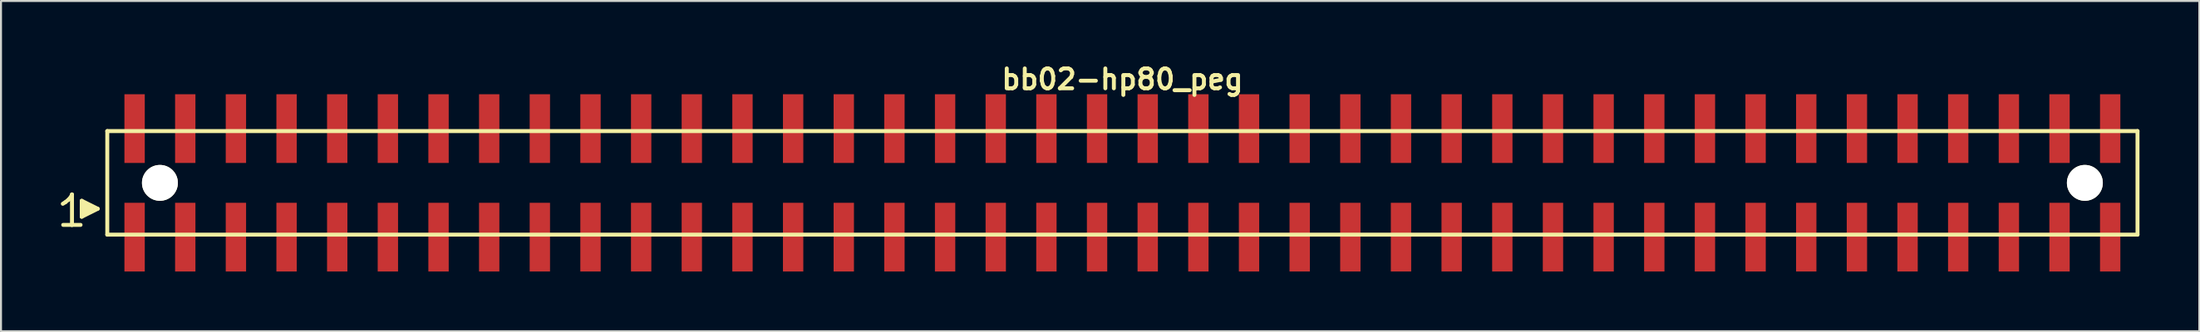
<source format=kicad_pcb>
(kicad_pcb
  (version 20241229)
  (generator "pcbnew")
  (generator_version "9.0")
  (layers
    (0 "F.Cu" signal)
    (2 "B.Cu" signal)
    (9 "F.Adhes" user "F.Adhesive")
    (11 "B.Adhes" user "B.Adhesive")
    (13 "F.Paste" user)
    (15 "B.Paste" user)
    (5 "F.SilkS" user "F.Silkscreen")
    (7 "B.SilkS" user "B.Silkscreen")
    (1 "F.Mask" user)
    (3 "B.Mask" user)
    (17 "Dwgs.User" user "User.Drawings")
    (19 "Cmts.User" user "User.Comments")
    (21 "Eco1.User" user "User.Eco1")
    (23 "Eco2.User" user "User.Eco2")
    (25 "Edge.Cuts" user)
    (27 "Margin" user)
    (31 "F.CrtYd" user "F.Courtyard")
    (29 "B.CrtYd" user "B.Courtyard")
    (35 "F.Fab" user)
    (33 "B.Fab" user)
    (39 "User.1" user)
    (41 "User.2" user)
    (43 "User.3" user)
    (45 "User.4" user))
  (footprint "bb02-hp80_peg"
    (layer "F.Cu")
    (at 53.229 6.132)
    (property "Reference" "bb02-hp80_peg" (at 0 -5.2 0) (layer "F.SilkS") (effects (font (size 0.998 0.998) (thickness 0.198))))
    (attr through_hole)
    (fp_line (start -53.13 1.05) (end -53 0.97) (stroke (width 0.198) (type solid)) (layer "F.SilkS"))
    (fp_line (start -53 0.97) (end -52.84 0.84) (stroke (width 0.198) (type solid)) (layer "F.SilkS"))
    (fp_line (start -52.84 0.84) (end -52.7 0.67) (stroke (width 0.198) (type solid)) (layer "F.SilkS"))
    (fp_line (start -52.7 0.67) (end -52.67 0.58) (stroke (width 0.198) (type solid)) (layer "F.SilkS"))
    (fp_line (start -52.67 0.58) (end -52.67 2.11) (stroke (width 0.198) (type solid)) (layer "F.SilkS"))
    (fp_line (start -52.67 2.11) (end -53.11 2.11) (stroke (width 0.198) (type solid)) (layer "F.SilkS"))
    (fp_line (start -52.24 2.11) (end -52.68 2.11) (stroke (width 0.198) (type solid)) (layer "F.SilkS"))
    (fp_line (start -52.18 0.9) (end -51.38 1.3) (stroke (width 0.198) (type solid)) (layer "F.SilkS"))
    (fp_line (start -52.18 1.7) (end -52.18 0.9) (stroke (width 0.198) (type solid)) (layer "F.SilkS"))
    (fp_line (start -52.08 1.6) (end -52.08 1) (stroke (width 0.198) (type solid)) (layer "F.SilkS"))
    (fp_line (start -51.98 1.1) (end -51.98 1.5) (stroke (width 0.198) (type solid)) (layer "F.SilkS"))
    (fp_line (start -51.88 1.5) (end -51.88 1.1) (stroke (width 0.198) (type solid)) (layer "F.SilkS"))
    (fp_line (start -51.78 1.2) (end -51.78 1.4) (stroke (width 0.198) (type solid)) (layer "F.SilkS"))
    (fp_line (start -51.68 1.4) (end -51.68 1.2) (stroke (width 0.198) (type solid)) (layer "F.SilkS"))
    (fp_line (start -51.38 1.3) (end -52.18 1.7) (stroke (width 0.198) (type solid)) (layer "F.SilkS"))
    (fp_line (start -50.9 -2.6) (end -50.9 2.6) (stroke (width 0.198) (type solid)) (layer "F.SilkS"))
    (fp_line (start -50.9 -2.6) (end 50.9 -2.6) (stroke (width 0.198) (type solid)) (layer "F.SilkS"))
    (fp_line (start -50.9 2.6) (end 50.9 2.6) (stroke (width 0.198) (type solid)) (layer "F.SilkS"))
    (fp_line (start 50.9 2.6) (end 50.9 -2.6) (stroke (width 0.198) (type solid)) (layer "F.SilkS"))
    (pad "" np_thru_hole circle (at -48.26 0) (size 1.8 1.8) (drill 1.8) (layers "*.Cu" "*.Mask" "F.SilkS"))
    (pad "" np_thru_hole circle (at 48.26 0) (size 1.8 1.8) (drill 1.8) (layers "*.Cu" "*.Mask" "F.SilkS"))
    (pad "1" smd rect (at -49.53 2.725) (size 1.02 3.45) (layers "F.Cu" "F.Mask" "F.Paste"))
    (pad "2" smd rect (at -49.53 -2.725) (size 1.02 3.45) (layers "F.Cu" "F.Mask" "F.Paste"))
    (pad "3" smd rect (at -46.99 2.725) (size 1.02 3.45) (layers "F.Cu" "F.Mask" "F.Paste"))
    (pad "4" smd rect (at -46.99 -2.725) (size 1.02 3.45) (layers "F.Cu" "F.Mask" "F.Paste"))
    (pad "5" smd rect (at -44.45 2.725) (size 1.02 3.45) (layers "F.Cu" "F.Mask" "F.Paste"))
    (pad "6" smd rect (at -44.45 -2.725) (size 1.02 3.45) (layers "F.Cu" "F.Mask" "F.Paste"))
    (pad "7" smd rect (at -41.91 2.725) (size 1.02 3.45) (layers "F.Cu" "F.Mask" "F.Paste"))
    (pad "8" smd rect (at -41.91 -2.725) (size 1.02 3.45) (layers "F.Cu" "F.Mask" "F.Paste"))
    (pad "9" smd rect (at -39.37 2.725) (size 1.02 3.45) (layers "F.Cu" "F.Mask" "F.Paste"))
    (pad "10" smd rect (at -39.37 -2.725) (size 1.02 3.45) (layers "F.Cu" "F.Mask" "F.Paste"))
    (pad "11" smd rect (at -36.83 2.725) (size 1.02 3.45) (layers "F.Cu" "F.Mask" "F.Paste"))
    (pad "12" smd rect (at -36.83 -2.725) (size 1.02 3.45) (layers "F.Cu" "F.Mask" "F.Paste"))
    (pad "13" smd rect (at -34.29 2.725) (size 1.02 3.45) (layers "F.Cu" "F.Mask" "F.Paste"))
    (pad "14" smd rect (at -34.29 -2.725) (size 1.02 3.45) (layers "F.Cu" "F.Mask" "F.Paste"))
    (pad "15" smd rect (at -31.75 2.725) (size 1.02 3.45) (layers "F.Cu" "F.Mask" "F.Paste"))
    (pad "16" smd rect (at -31.75 -2.725) (size 1.02 3.45) (layers "F.Cu" "F.Mask" "F.Paste"))
    (pad "17" smd rect (at -29.21 2.725) (size 1.02 3.45) (layers "F.Cu" "F.Mask" "F.Paste"))
    (pad "18" smd rect (at -29.21 -2.725) (size 1.02 3.45) (layers "F.Cu" "F.Mask" "F.Paste"))
    (pad "19" smd rect (at -26.67 2.725) (size 1.02 3.45) (layers "F.Cu" "F.Mask" "F.Paste"))
    (pad "20" smd rect (at -26.67 -2.725) (size 1.02 3.45) (layers "F.Cu" "F.Mask" "F.Paste"))
    (pad "21" smd rect (at -24.13 2.725) (size 1.02 3.45) (layers "F.Cu" "F.Mask" "F.Paste"))
    (pad "22" smd rect (at -24.13 -2.725) (size 1.02 3.45) (layers "F.Cu" "F.Mask" "F.Paste"))
    (pad "23" smd rect (at -21.59 2.725) (size 1.02 3.45) (layers "F.Cu" "F.Mask" "F.Paste"))
    (pad "24" smd rect (at -21.59 -2.725) (size 1.02 3.45) (layers "F.Cu" "F.Mask" "F.Paste"))
    (pad "25" smd rect (at -19.05 2.725) (size 1.02 3.45) (layers "F.Cu" "F.Mask" "F.Paste"))
    (pad "26" smd rect (at -19.05 -2.725) (size 1.02 3.45) (layers "F.Cu" "F.Mask" "F.Paste"))
    (pad "27" smd rect (at -16.51 2.725) (size 1.02 3.45) (layers "F.Cu" "F.Mask" "F.Paste"))
    (pad "28" smd rect (at -16.51 -2.725) (size 1.02 3.45) (layers "F.Cu" "F.Mask" "F.Paste"))
    (pad "29" smd rect (at -13.97 2.725) (size 1.02 3.45) (layers "F.Cu" "F.Mask" "F.Paste"))
    (pad "30" smd rect (at -13.97 -2.725) (size 1.02 3.45) (layers "F.Cu" "F.Mask" "F.Paste"))
    (pad "31" smd rect (at -11.43 2.725) (size 1.02 3.45) (layers "F.Cu" "F.Mask" "F.Paste"))
    (pad "32" smd rect (at -11.43 -2.725) (size 1.02 3.45) (layers "F.Cu" "F.Mask" "F.Paste"))
    (pad "33" smd rect (at -8.89 2.725) (size 1.02 3.45) (layers "F.Cu" "F.Mask" "F.Paste"))
    (pad "34" smd rect (at -8.89 -2.725) (size 1.02 3.45) (layers "F.Cu" "F.Mask" "F.Paste"))
    (pad "35" smd rect (at -6.35 2.725) (size 1.02 3.45) (layers "F.Cu" "F.Mask" "F.Paste"))
    (pad "36" smd rect (at -6.35 -2.725) (size 1.02 3.45) (layers "F.Cu" "F.Mask" "F.Paste"))
    (pad "37" smd rect (at -3.81 2.725) (size 1.02 3.45) (layers "F.Cu" "F.Mask" "F.Paste"))
    (pad "38" smd rect (at -3.81 -2.725) (size 1.02 3.45) (layers "F.Cu" "F.Mask" "F.Paste"))
    (pad "39" smd rect (at -1.27 2.725) (size 1.02 3.45) (layers "F.Cu" "F.Mask" "F.Paste"))
    (pad "40" smd rect (at -1.27 -2.725) (size 1.02 3.45) (layers "F.Cu" "F.Mask" "F.Paste"))
    (pad "41" smd rect (at 1.27 2.725) (size 1.02 3.45) (layers "F.Cu" "F.Mask" "F.Paste"))
    (pad "42" smd rect (at 1.27 -2.725) (size 1.02 3.45) (layers "F.Cu" "F.Mask" "F.Paste"))
    (pad "43" smd rect (at 3.81 2.725) (size 1.02 3.45) (layers "F.Cu" "F.Mask" "F.Paste"))
    (pad "44" smd rect (at 3.81 -2.725) (size 1.02 3.45) (layers "F.Cu" "F.Mask" "F.Paste"))
    (pad "45" smd rect (at 6.35 2.725) (size 1.02 3.45) (layers "F.Cu" "F.Mask" "F.Paste"))
    (pad "46" smd rect (at 6.35 -2.725) (size 1.02 3.45) (layers "F.Cu" "F.Mask" "F.Paste"))
    (pad "47" smd rect (at 8.89 2.725) (size 1.02 3.45) (layers "F.Cu" "F.Mask" "F.Paste"))
    (pad "48" smd rect (at 8.89 -2.725) (size 1.02 3.45) (layers "F.Cu" "F.Mask" "F.Paste"))
    (pad "49" smd rect (at 11.43 2.725) (size 1.02 3.45) (layers "F.Cu" "F.Mask" "F.Paste"))
    (pad "50" smd rect (at 11.43 -2.725) (size 1.02 3.45) (layers "F.Cu" "F.Mask" "F.Paste"))
    (pad "51" smd rect (at 13.97 2.725) (size 1.02 3.45) (layers "F.Cu" "F.Mask" "F.Paste"))
    (pad "52" smd rect (at 13.97 -2.725) (size 1.02 3.45) (layers "F.Cu" "F.Mask" "F.Paste"))
    (pad "53" smd rect (at 16.51 2.725) (size 1.02 3.45) (layers "F.Cu" "F.Mask" "F.Paste"))
    (pad "54" smd rect (at 16.51 -2.725) (size 1.02 3.45) (layers "F.Cu" "F.Mask" "F.Paste"))
    (pad "55" smd rect (at 19.05 2.725) (size 1.02 3.45) (layers "F.Cu" "F.Mask" "F.Paste"))
    (pad "56" smd rect (at 19.05 -2.725) (size 1.02 3.45) (layers "F.Cu" "F.Mask" "F.Paste"))
    (pad "57" smd rect (at 21.59 2.725) (size 1.02 3.45) (layers "F.Cu" "F.Mask" "F.Paste"))
    (pad "58" smd rect (at 21.59 -2.725) (size 1.02 3.45) (layers "F.Cu" "F.Mask" "F.Paste"))
    (pad "59" smd rect (at 24.13 2.725) (size 1.02 3.45) (layers "F.Cu" "F.Mask" "F.Paste"))
    (pad "60" smd rect (at 24.13 -2.725) (size 1.02 3.45) (layers "F.Cu" "F.Mask" "F.Paste"))
    (pad "61" smd rect (at 26.67 2.725) (size 1.02 3.45) (layers "F.Cu" "F.Mask" "F.Paste"))
    (pad "62" smd rect (at 26.67 -2.725) (size 1.02 3.45) (layers "F.Cu" "F.Mask" "F.Paste"))
    (pad "63" smd rect (at 29.21 2.725) (size 1.02 3.45) (layers "F.Cu" "F.Mask" "F.Paste"))
    (pad "64" smd rect (at 29.21 -2.725) (size 1.02 3.45) (layers "F.Cu" "F.Mask" "F.Paste"))
    (pad "65" smd rect (at 31.75 2.725) (size 1.02 3.45) (layers "F.Cu" "F.Mask" "F.Paste"))
    (pad "66" smd rect (at 31.75 -2.725) (size 1.02 3.45) (layers "F.Cu" "F.Mask" "F.Paste"))
    (pad "67" smd rect (at 34.29 2.725) (size 1.02 3.45) (layers "F.Cu" "F.Mask" "F.Paste"))
    (pad "68" smd rect (at 34.29 -2.725) (size 1.02 3.45) (layers "F.Cu" "F.Mask" "F.Paste"))
    (pad "69" smd rect (at 36.83 2.725) (size 1.02 3.45) (layers "F.Cu" "F.Mask" "F.Paste"))
    (pad "70" smd rect (at 36.83 -2.725) (size 1.02 3.45) (layers "F.Cu" "F.Mask" "F.Paste"))
    (pad "71" smd rect (at 39.37 2.725) (size 1.02 3.45) (layers "F.Cu" "F.Mask" "F.Paste"))
    (pad "72" smd rect (at 39.37 -2.725) (size 1.02 3.45) (layers "F.Cu" "F.Mask" "F.Paste"))
    (pad "73" smd rect (at 41.91 2.725) (size 1.02 3.45) (layers "F.Cu" "F.Mask" "F.Paste"))
    (pad "74" smd rect (at 41.91 -2.725) (size 1.02 3.45) (layers "F.Cu" "F.Mask" "F.Paste"))
    (pad "75" smd rect (at 44.45 2.725) (size 1.02 3.45) (layers "F.Cu" "F.Mask" "F.Paste"))
    (pad "76" smd rect (at 44.45 -2.725) (size 1.02 3.45) (layers "F.Cu" "F.Mask" "F.Paste"))
    (pad "77" smd rect (at 46.99 2.725) (size 1.02 3.45) (layers "F.Cu" "F.Mask" "F.Paste"))
    (pad "78" smd rect (at 46.99 -2.725) (size 1.02 3.45) (layers "F.Cu" "F.Mask" "F.Paste"))
    (pad "79" smd rect (at 49.53 2.725) (size 1.02 3.45) (layers "F.Cu" "F.Mask" "F.Paste"))
    (pad "80" smd rect (at 49.53 -2.725) (size 1.02 3.45) (layers "F.Cu" "F.Mask" "F.Paste")))
  (gr_rect
    (start -3 -3)
    (end 107.228 13.582)
    (stroke (width 0.1) (type default))
    (fill no)
    (layer "Edge.Cuts")))
</source>
